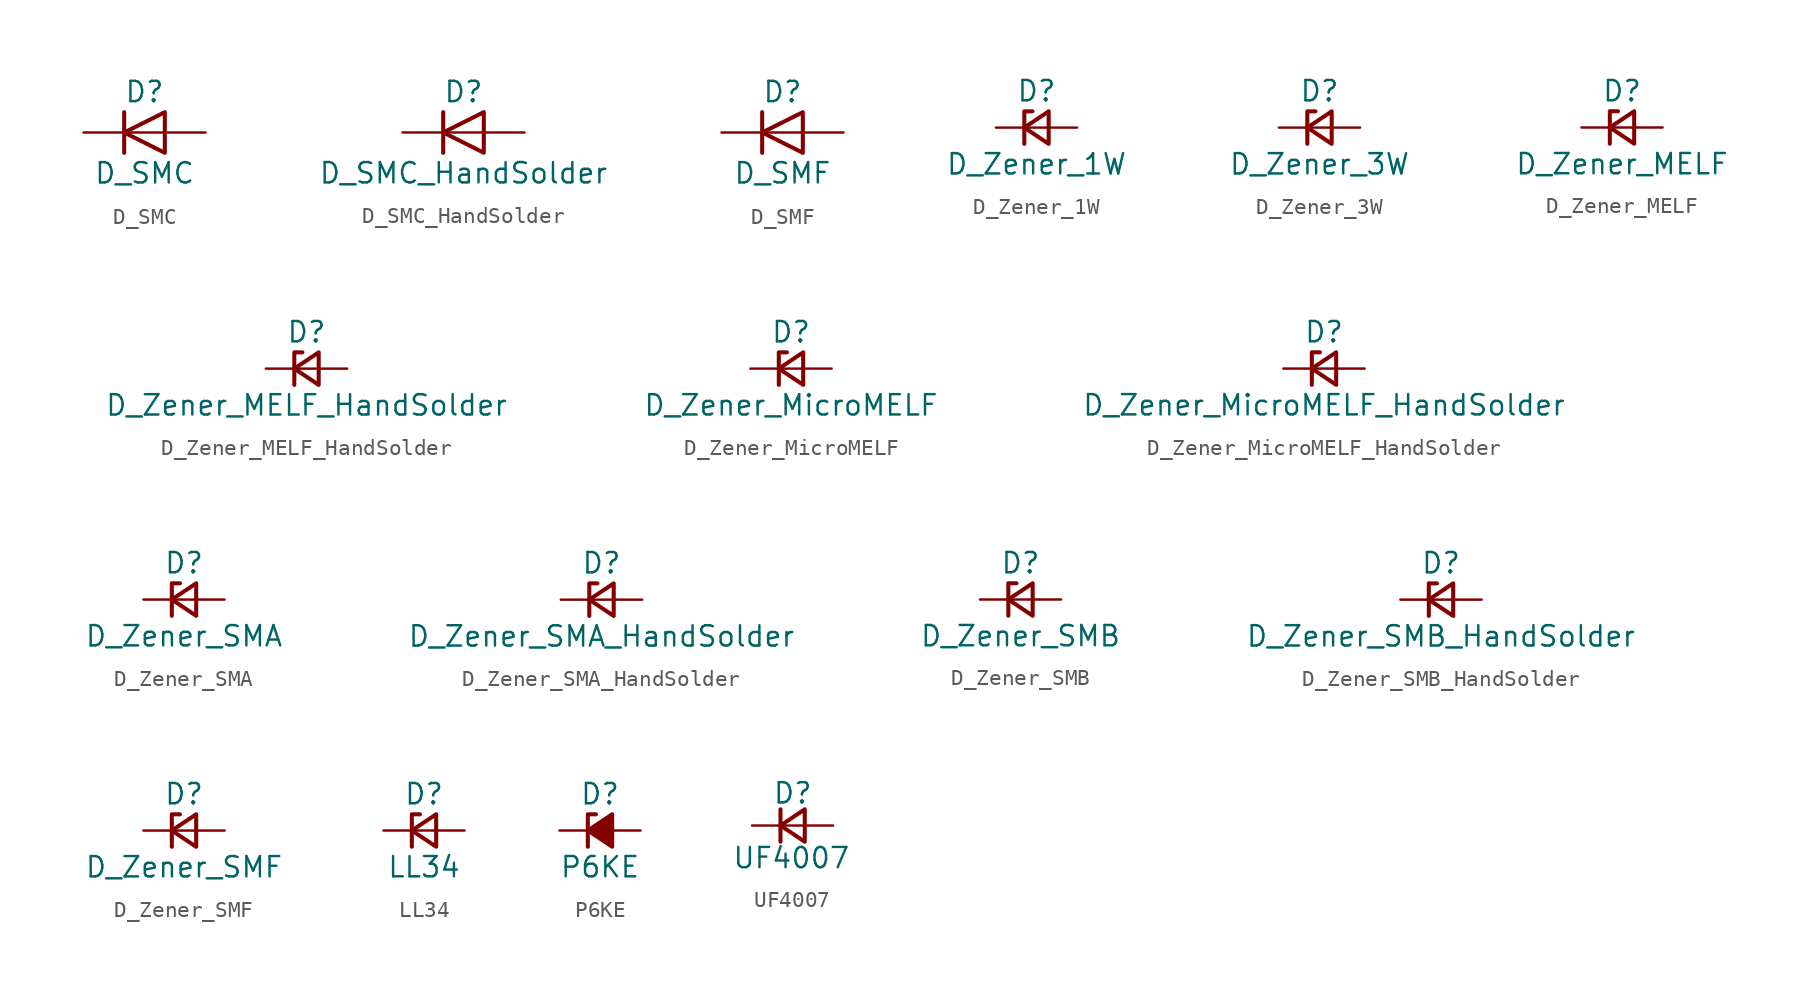
<source format=kicad_sym>
(kicad_symbol_lib
  (version 20211014)
  (generator kicad_symbol_editor)
  (symbol "D_SMC"
    (pin_numbers hide)
    (pin_names
      (offset 1.016) hide)
    (property "Reference" "D"
      (at 0 2.54 0)
      (effects (font (size 1.27 1.27))))
    (property "Value" "D_SMC"
      (at 0 -2.54 0)
      (effects (font (size 1.27 1.27))))
    (symbol "D_SMC_0_1"
      (polyline (pts (xy -1.27 1.27) (xy -1.27 -1.27)) (stroke (width 0.254) (type default) (color 0 0 0 0)) (fill (type none)))
      (polyline (pts (xy 1.27 0) (xy -1.27 0)) (stroke (width 0) (type default) (color 0 0 0 0)) (fill (type none)))
      (polyline (pts (xy 1.27 1.27) (xy 1.27 -1.27) (xy -1.27 0) (xy 1.27 1.27)) (stroke (width 0.254) (type default) (color 0 0 0 0)) (fill (type none))))
    (symbol "D_SMC_1_1"
      (pin passive line (at -3.81 0 0) (length 2.54) (name "K" (effects (font (size 1.27 1.27)))) (number "1" (effects (font (size 1.27 1.27)))))
      (pin passive line (at 3.81 0 180) (length 2.54) (name "A" (effects (font (size 1.27 1.27)))) (number "2" (effects (font (size 1.27 1.27)))))))
  (symbol "D_SMC_HandSolder"
    (pin_numbers hide)
    (pin_names
      (offset 1.016) hide)
    (property "Reference" "D"
      (at 0 2.54 0)
      (effects (font (size 1.27 1.27))))
    (property "Value" "D_SMC_HandSolder"
      (at 0 -2.54 0)
      (effects (font (size 1.27 1.27))))
    (symbol "D_SMC_HandSolder_0_1"
      (polyline (pts (xy -1.27 1.27) (xy -1.27 -1.27)) (stroke (width 0.254) (type default) (color 0 0 0 0)) (fill (type none)))
      (polyline (pts (xy 1.27 0) (xy -1.27 0)) (stroke (width 0) (type default) (color 0 0 0 0)) (fill (type none)))
      (polyline (pts (xy 1.27 1.27) (xy 1.27 -1.27) (xy -1.27 0) (xy 1.27 1.27)) (stroke (width 0.254) (type default) (color 0 0 0 0)) (fill (type none))))
    (symbol "D_SMC_HandSolder_1_1"
      (pin passive line (at -3.81 0 0) (length 2.54) (name "K" (effects (font (size 1.27 1.27)))) (number "1" (effects (font (size 1.27 1.27)))))
      (pin passive line (at 3.81 0 180) (length 2.54) (name "A" (effects (font (size 1.27 1.27)))) (number "2" (effects (font (size 1.27 1.27)))))))
  (symbol "D_SMF"
    (pin_numbers hide)
    (pin_names
      (offset 1.016) hide)
    (property "Reference" "D"
      (at 0 2.54 0)
      (effects (font (size 1.27 1.27))))
    (property "Value" "D_SMF"
      (at 0 -2.54 0)
      (effects (font (size 1.27 1.27))))
    (symbol "D_SMF_0_1"
      (polyline (pts (xy -1.27 1.27) (xy -1.27 -1.27)) (stroke (width 0.254) (type default) (color 0 0 0 0)) (fill (type none)))
      (polyline (pts (xy 1.27 0) (xy -1.27 0)) (stroke (width 0) (type default) (color 0 0 0 0)) (fill (type none)))
      (polyline (pts (xy 1.27 1.27) (xy 1.27 -1.27) (xy -1.27 0) (xy 1.27 1.27)) (stroke (width 0.254) (type default) (color 0 0 0 0)) (fill (type none))))
    (symbol "D_SMF_1_1"
      (pin passive line (at -3.81 0 0) (length 2.54) (name "K" (effects (font (size 1.27 1.27)))) (number "1" (effects (font (size 1.27 1.27)))))
      (pin passive line (at 3.81 0 180) (length 2.54) (name "A" (effects (font (size 1.27 1.27)))) (number "2" (effects (font (size 1.27 1.27)))))))
  (symbol "D_Zener_1W"
    (pin_numbers hide)
    (pin_names
      (offset 0.254) hide)
    (property "Reference" "D"
      (at 0 2.286 0)
      (effects (font (size 1.27 1.27))))
    (property "Value" "D_Zener_1W"
      (at 0 -2.286 0)
      (effects (font (size 1.27 1.27))))
    (symbol "D_Zener_1W_0_1"
      (polyline (pts (xy 0.762 0) (xy -0.762 0)) (stroke (width 0) (type default) (color 0 0 0 0)) (fill (type none)))
      (polyline (pts (xy -0.254 1.016) (xy -0.762 1.016) (xy -0.762 -1.016)) (stroke (width 0.254) (type default) (color 0 0 0 0)) (fill (type none)))
      (polyline (pts (xy 0.762 1.016) (xy -0.762 0) (xy 0.762 -1.016) (xy 0.762 1.016)) (stroke (width 0.254) (type default) (color 0 0 0 0)) (fill (type none))))
    (symbol "D_Zener_1W_1_1"
      (pin passive line (at -2.54 0 0) (length 1.778) (name "K" (effects (font (size 1.27 1.27)))) (number "1" (effects (font (size 1.27 1.27)))))
      (pin passive line (at 2.54 0 180) (length 1.778) (name "A" (effects (font (size 1.27 1.27)))) (number "2" (effects (font (size 1.27 1.27)))))))
  (symbol "D_Zener_3W"
    (pin_numbers hide)
    (pin_names
      (offset 0.254) hide)
    (property "Reference" "D"
      (at 0 2.286 0)
      (effects (font (size 1.27 1.27))))
    (property "Value" "D_Zener_3W"
      (at 0 -2.286 0)
      (effects (font (size 1.27 1.27))))
    (symbol "D_Zener_3W_0_1"
      (polyline (pts (xy 0.762 0) (xy -0.762 0)) (stroke (width 0) (type default) (color 0 0 0 0)) (fill (type none)))
      (polyline (pts (xy -0.254 1.016) (xy -0.762 1.016) (xy -0.762 -1.016)) (stroke (width 0.254) (type default) (color 0 0 0 0)) (fill (type none)))
      (polyline (pts (xy 0.762 1.016) (xy -0.762 0) (xy 0.762 -1.016) (xy 0.762 1.016)) (stroke (width 0.254) (type default) (color 0 0 0 0)) (fill (type none))))
    (symbol "D_Zener_3W_1_1"
      (pin passive line (at -2.54 0 0) (length 1.778) (name "K" (effects (font (size 1.27 1.27)))) (number "1" (effects (font (size 1.27 1.27)))))
      (pin passive line (at 2.54 0 180) (length 1.778) (name "A" (effects (font (size 1.27 1.27)))) (number "2" (effects (font (size 1.27 1.27)))))))
  (symbol "D_Zener_MELF"
    (pin_numbers hide)
    (pin_names
      (offset 0.254) hide)
    (property "Reference" "D"
      (at 0 2.286 0)
      (effects (font (size 1.27 1.27))))
    (property "Value" "D_Zener_MELF"
      (at 0 -2.286 0)
      (effects (font (size 1.27 1.27))))
    (symbol "D_Zener_MELF_0_1"
      (polyline (pts (xy 0.762 0) (xy -0.762 0)) (stroke (width 0) (type default) (color 0 0 0 0)) (fill (type none)))
      (polyline (pts (xy -0.254 1.016) (xy -0.762 1.016) (xy -0.762 -1.016)) (stroke (width 0.254) (type default) (color 0 0 0 0)) (fill (type none)))
      (polyline (pts (xy 0.762 1.016) (xy -0.762 0) (xy 0.762 -1.016) (xy 0.762 1.016)) (stroke (width 0.254) (type default) (color 0 0 0 0)) (fill (type none))))
    (symbol "D_Zener_MELF_1_1"
      (pin passive line (at -2.54 0 0) (length 1.778) (name "K" (effects (font (size 1.27 1.27)))) (number "1" (effects (font (size 1.27 1.27)))))
      (pin passive line (at 2.54 0 180) (length 1.778) (name "A" (effects (font (size 1.27 1.27)))) (number "2" (effects (font (size 1.27 1.27)))))))
  (symbol "D_Zener_MELF_HandSolder"
    (pin_numbers hide)
    (pin_names
      (offset 0.254) hide)
    (property "Reference" "D"
      (at 0 2.286 0)
      (effects (font (size 1.27 1.27))))
    (property "Value" "D_Zener_MELF_HandSolder"
      (at 0 -2.286 0)
      (effects (font (size 1.27 1.27))))
    (symbol "D_Zener_MELF_HandSolder_0_1"
      (polyline (pts (xy 0.762 0) (xy -0.762 0)) (stroke (width 0) (type default) (color 0 0 0 0)) (fill (type none)))
      (polyline (pts (xy -0.254 1.016) (xy -0.762 1.016) (xy -0.762 -1.016)) (stroke (width 0.254) (type default) (color 0 0 0 0)) (fill (type none)))
      (polyline (pts (xy 0.762 1.016) (xy -0.762 0) (xy 0.762 -1.016) (xy 0.762 1.016)) (stroke (width 0.254) (type default) (color 0 0 0 0)) (fill (type none))))
    (symbol "D_Zener_MELF_HandSolder_1_1"
      (pin passive line (at -2.54 0 0) (length 1.778) (name "K" (effects (font (size 1.27 1.27)))) (number "1" (effects (font (size 1.27 1.27)))))
      (pin passive line (at 2.54 0 180) (length 1.778) (name "A" (effects (font (size 1.27 1.27)))) (number "2" (effects (font (size 1.27 1.27)))))))
  (symbol "D_Zener_MicroMELF"
    (pin_numbers hide)
    (pin_names
      (offset 0.254) hide)
    (property "Reference" "D"
      (at 0 2.286 0)
      (effects (font (size 1.27 1.27))))
    (property "Value" "D_Zener_MicroMELF"
      (at 0 -2.286 0)
      (effects (font (size 1.27 1.27))))
    (symbol "D_Zener_MicroMELF_0_1"
      (polyline (pts (xy 0.762 0) (xy -0.762 0)) (stroke (width 0) (type default) (color 0 0 0 0)) (fill (type none)))
      (polyline (pts (xy -0.254 1.016) (xy -0.762 1.016) (xy -0.762 -1.016)) (stroke (width 0.254) (type default) (color 0 0 0 0)) (fill (type none)))
      (polyline (pts (xy 0.762 1.016) (xy -0.762 0) (xy 0.762 -1.016) (xy 0.762 1.016)) (stroke (width 0.254) (type default) (color 0 0 0 0)) (fill (type none))))
    (symbol "D_Zener_MicroMELF_1_1"
      (pin passive line (at -2.54 0 0) (length 1.778) (name "K" (effects (font (size 1.27 1.27)))) (number "1" (effects (font (size 1.27 1.27)))))
      (pin passive line (at 2.54 0 180) (length 1.778) (name "A" (effects (font (size 1.27 1.27)))) (number "2" (effects (font (size 1.27 1.27)))))))
  (symbol "D_Zener_MicroMELF_HandSolder"
    (pin_numbers hide)
    (pin_names
      (offset 0.254) hide)
    (property "Reference" "D"
      (at 0 2.286 0)
      (effects (font (size 1.27 1.27))))
    (property "Value" "D_Zener_MicroMELF_HandSolder"
      (at 0 -2.286 0)
      (effects (font (size 1.27 1.27))))
    (symbol "D_Zener_MicroMELF_HandSolder_0_1"
      (polyline (pts (xy 0.762 0) (xy -0.762 0)) (stroke (width 0) (type default) (color 0 0 0 0)) (fill (type none)))
      (polyline (pts (xy -0.254 1.016) (xy -0.762 1.016) (xy -0.762 -1.016)) (stroke (width 0.254) (type default) (color 0 0 0 0)) (fill (type none)))
      (polyline (pts (xy 0.762 1.016) (xy -0.762 0) (xy 0.762 -1.016) (xy 0.762 1.016)) (stroke (width 0.254) (type default) (color 0 0 0 0)) (fill (type none))))
    (symbol "D_Zener_MicroMELF_HandSolder_1_1"
      (pin passive line (at -2.54 0 0) (length 1.778) (name "K" (effects (font (size 1.27 1.27)))) (number "1" (effects (font (size 1.27 1.27)))))
      (pin passive line (at 2.54 0 180) (length 1.778) (name "A" (effects (font (size 1.27 1.27)))) (number "2" (effects (font (size 1.27 1.27)))))))
  (symbol "D_Zener_SMA"
    (pin_numbers hide)
    (pin_names
      (offset 0.254) hide)
    (property "Reference" "D"
      (at 0 2.286 0)
      (effects (font (size 1.27 1.27))))
    (property "Value" "D_Zener_SMA"
      (at 0 -2.286 0)
      (effects (font (size 1.27 1.27))))
    (symbol "D_Zener_SMA_0_1"
      (polyline (pts (xy 0.762 0) (xy -0.762 0)) (stroke (width 0) (type default) (color 0 0 0 0)) (fill (type none)))
      (polyline (pts (xy -0.254 1.016) (xy -0.762 1.016) (xy -0.762 -1.016)) (stroke (width 0.254) (type default) (color 0 0 0 0)) (fill (type none)))
      (polyline (pts (xy 0.762 1.016) (xy -0.762 0) (xy 0.762 -1.016) (xy 0.762 1.016)) (stroke (width 0.254) (type default) (color 0 0 0 0)) (fill (type none))))
    (symbol "D_Zener_SMA_1_1"
      (pin passive line (at -2.54 0 0) (length 1.778) (name "K" (effects (font (size 1.27 1.27)))) (number "1" (effects (font (size 1.27 1.27)))))
      (pin passive line (at 2.54 0 180) (length 1.778) (name "A" (effects (font (size 1.27 1.27)))) (number "2" (effects (font (size 1.27 1.27)))))))
  (symbol "D_Zener_SMA_HandSolder"
    (pin_numbers hide)
    (pin_names
      (offset 0.254) hide)
    (property "Reference" "D"
      (at 0 2.286 0)
      (effects (font (size 1.27 1.27))))
    (property "Value" "D_Zener_SMA_HandSolder"
      (at 0 -2.286 0)
      (effects (font (size 1.27 1.27))))
    (symbol "D_Zener_SMA_HandSolder_0_1"
      (polyline (pts (xy 0.762 0) (xy -0.762 0)) (stroke (width 0) (type default) (color 0 0 0 0)) (fill (type none)))
      (polyline (pts (xy -0.254 1.016) (xy -0.762 1.016) (xy -0.762 -1.016)) (stroke (width 0.254) (type default) (color 0 0 0 0)) (fill (type none)))
      (polyline (pts (xy 0.762 1.016) (xy -0.762 0) (xy 0.762 -1.016) (xy 0.762 1.016)) (stroke (width 0.254) (type default) (color 0 0 0 0)) (fill (type none))))
    (symbol "D_Zener_SMA_HandSolder_1_1"
      (pin passive line (at -2.54 0 0) (length 1.778) (name "K" (effects (font (size 1.27 1.27)))) (number "1" (effects (font (size 1.27 1.27)))))
      (pin passive line (at 2.54 0 180) (length 1.778) (name "A" (effects (font (size 1.27 1.27)))) (number "2" (effects (font (size 1.27 1.27)))))))
  (symbol "D_Zener_SMB"
    (pin_numbers hide)
    (pin_names
      (offset 0.254) hide)
    (property "Reference" "D"
      (at 0 2.286 0)
      (effects (font (size 1.27 1.27))))
    (property "Value" "D_Zener_SMB"
      (at 0 -2.286 0)
      (effects (font (size 1.27 1.27))))
    (symbol "D_Zener_SMB_0_1"
      (polyline (pts (xy 0.762 0) (xy -0.762 0)) (stroke (width 0) (type default) (color 0 0 0 0)) (fill (type none)))
      (polyline (pts (xy -0.254 1.016) (xy -0.762 1.016) (xy -0.762 -1.016)) (stroke (width 0.254) (type default) (color 0 0 0 0)) (fill (type none)))
      (polyline (pts (xy 0.762 1.016) (xy -0.762 0) (xy 0.762 -1.016) (xy 0.762 1.016)) (stroke (width 0.254) (type default) (color 0 0 0 0)) (fill (type none))))
    (symbol "D_Zener_SMB_1_1"
      (pin passive line (at -2.54 0 0) (length 1.778) (name "K" (effects (font (size 1.27 1.27)))) (number "1" (effects (font (size 1.27 1.27)))))
      (pin passive line (at 2.54 0 180) (length 1.778) (name "A" (effects (font (size 1.27 1.27)))) (number "2" (effects (font (size 1.27 1.27)))))))
  (symbol "D_Zener_SMB_HandSolder"
    (pin_numbers hide)
    (pin_names
      (offset 0.254) hide)
    (property "Reference" "D"
      (at 0 2.286 0)
      (effects (font (size 1.27 1.27))))
    (property "Value" "D_Zener_SMB_HandSolder"
      (at 0 -2.286 0)
      (effects (font (size 1.27 1.27))))
    (symbol "D_Zener_SMB_HandSolder_0_1"
      (polyline (pts (xy 0.762 0) (xy -0.762 0)) (stroke (width 0) (type default) (color 0 0 0 0)) (fill (type none)))
      (polyline (pts (xy -0.254 1.016) (xy -0.762 1.016) (xy -0.762 -1.016)) (stroke (width 0.254) (type default) (color 0 0 0 0)) (fill (type none)))
      (polyline (pts (xy 0.762 1.016) (xy -0.762 0) (xy 0.762 -1.016) (xy 0.762 1.016)) (stroke (width 0.254) (type default) (color 0 0 0 0)) (fill (type none))))
    (symbol "D_Zener_SMB_HandSolder_1_1"
      (pin passive line (at -2.54 0 0) (length 1.778) (name "K" (effects (font (size 1.27 1.27)))) (number "1" (effects (font (size 1.27 1.27)))))
      (pin passive line (at 2.54 0 180) (length 1.778) (name "A" (effects (font (size 1.27 1.27)))) (number "2" (effects (font (size 1.27 1.27)))))))
  (symbol "D_Zener_SMF"
    (pin_numbers hide)
    (pin_names
      (offset 0.254) hide)
    (property "Reference" "D"
      (at 0 2.286 0)
      (effects (font (size 1.27 1.27))))
    (property "Value" "D_Zener_SMF"
      (at 0 -2.286 0)
      (effects (font (size 1.27 1.27))))
    (symbol "D_Zener_SMF_0_1"
      (polyline (pts (xy 0.762 0) (xy -0.762 0)) (stroke (width 0) (type default) (color 0 0 0 0)) (fill (type none)))
      (polyline (pts (xy -0.254 1.016) (xy -0.762 1.016) (xy -0.762 -1.016)) (stroke (width 0.254) (type default) (color 0 0 0 0)) (fill (type none)))
      (polyline (pts (xy 0.762 1.016) (xy -0.762 0) (xy 0.762 -1.016) (xy 0.762 1.016)) (stroke (width 0.254) (type default) (color 0 0 0 0)) (fill (type none))))
    (symbol "D_Zener_SMF_1_1"
      (pin passive line (at -2.54 0 0) (length 1.778) (name "K" (effects (font (size 1.27 1.27)))) (number "1" (effects (font (size 1.27 1.27)))))
      (pin passive line (at 2.54 0 180) (length 1.778) (name "A" (effects (font (size 1.27 1.27)))) (number "2" (effects (font (size 1.27 1.27)))))))
  (symbol "LL34"
    (pin_numbers hide)
    (pin_names
      (offset 0.254) hide)
    (property "Reference" "D"
      (at 0 2.286 0)
      (effects (font (size 1.27 1.27))))
    (property "Value" "LL34"
      (at 0 -2.286 0)
      (effects (font (size 1.27 1.27))))
    (symbol "LL34_0_1"
      (polyline (pts (xy 0.762 0) (xy -0.762 0)) (stroke (width 0) (type default) (color 0 0 0 0)) (fill (type none)))
      (polyline (pts (xy -0.254 1.016) (xy -0.762 1.016) (xy -0.762 -1.016)) (stroke (width 0.254) (type default) (color 0 0 0 0)) (fill (type none)))
      (polyline (pts (xy 0.762 1.016) (xy -0.762 0) (xy 0.762 -1.016) (xy 0.762 1.016)) (stroke (width 0.254) (type default) (color 0 0 0 0)) (fill (type none))))
    (symbol "LL34_1_1"
      (pin passive line (at -2.54 0 0) (length 1.778) (name "K" (effects (font (size 1.27 1.27)))) (number "1" (effects (font (size 1.27 1.27)))))
      (pin passive line (at 2.54 0 180) (length 1.778) (name "A" (effects (font (size 1.27 1.27)))) (number "2" (effects (font (size 1.27 1.27)))))))
  (symbol "P6KE"
    (pin_numbers hide)
    (pin_names
      (offset 0.254) hide)
    (property "Reference" "D"
      (at 0 2.286 0)
      (effects (font (size 1.27 1.27))))
    (property "Value" "P6KE"
      (at 0 -2.286 0)
      (effects (font (size 1.27 1.27))))
    (symbol "P6KE_0_1"
      (polyline (pts (xy 0.762 0) (xy -0.762 0)) (stroke (width 0) (type default) (color 0 0 0 0)) (fill (type none)))
      (polyline (pts (xy -0.254 1.016) (xy -0.762 1.016) (xy -0.762 -1.016)) (stroke (width 0.254) (type default) (color 0 0 0 0)) (fill (type none)))
      (polyline (pts (xy 0.762 1.016) (xy -0.762 0) (xy 0.762 -1.016) (xy 0.762 1.016)) (stroke (width 0.254) (type default) (color 0 0 0 0)) (fill (type outline))))
    (symbol "P6KE_1_1"
      (pin passive line (at -2.54 0 0) (length 1.778) (name "K" (effects (font (size 1.27 1.27)))) (number "1" (effects (font (size 1.27 1.27)))))
      (pin passive line (at 2.54 0 180) (length 1.778) (name "A" (effects (font (size 1.27 1.27)))) (number "2" (effects (font (size 1.27 1.27)))))))
  (symbol "UF4007"
    (pin_numbers hide)
    (pin_names
      (offset 0.254) hide)
    (property "Reference" "D"
      (at -1.27 2.032 0)
      (effects (font (size 1.27 1.27)) (justify left)))
    (property "Value" "UF4007"
      (at -3.81 -2.032 0)
      (effects (font (size 1.27 1.27)) (justify left)))
    (symbol "UF4007_0_1"
      (polyline (pts (xy -0.762 -1.016) (xy -0.762 1.016)) (stroke (width 0.254) (type default) (color 0 0 0 0)) (fill (type none)))
      (polyline (pts (xy -0.762 0) (xy 0.762 0)) (stroke (width 0) (type default) (color 0 0 0 0)) (fill (type none)))
      (polyline (pts (xy 0.762 -1.016) (xy -0.762 0) (xy 0.762 1.016) (xy 0.762 -1.016)) (stroke (width 0.254) (type default) (color 0 0 0 0)) (fill (type none))))
    (symbol "UF4007_1_1"
      (pin passive line (at -2.54 0 0) (length 1.778) (name "K" (effects (font (size 1.27 1.27)))) (number "1" (effects (font (size 1.27 1.27)))))
      (pin passive line (at 2.54 0 180) (length 1.778) (name "A" (effects (font (size 1.27 1.27)))) (number "2" (effects (font (size 1.27 1.27))))))))
</source>
